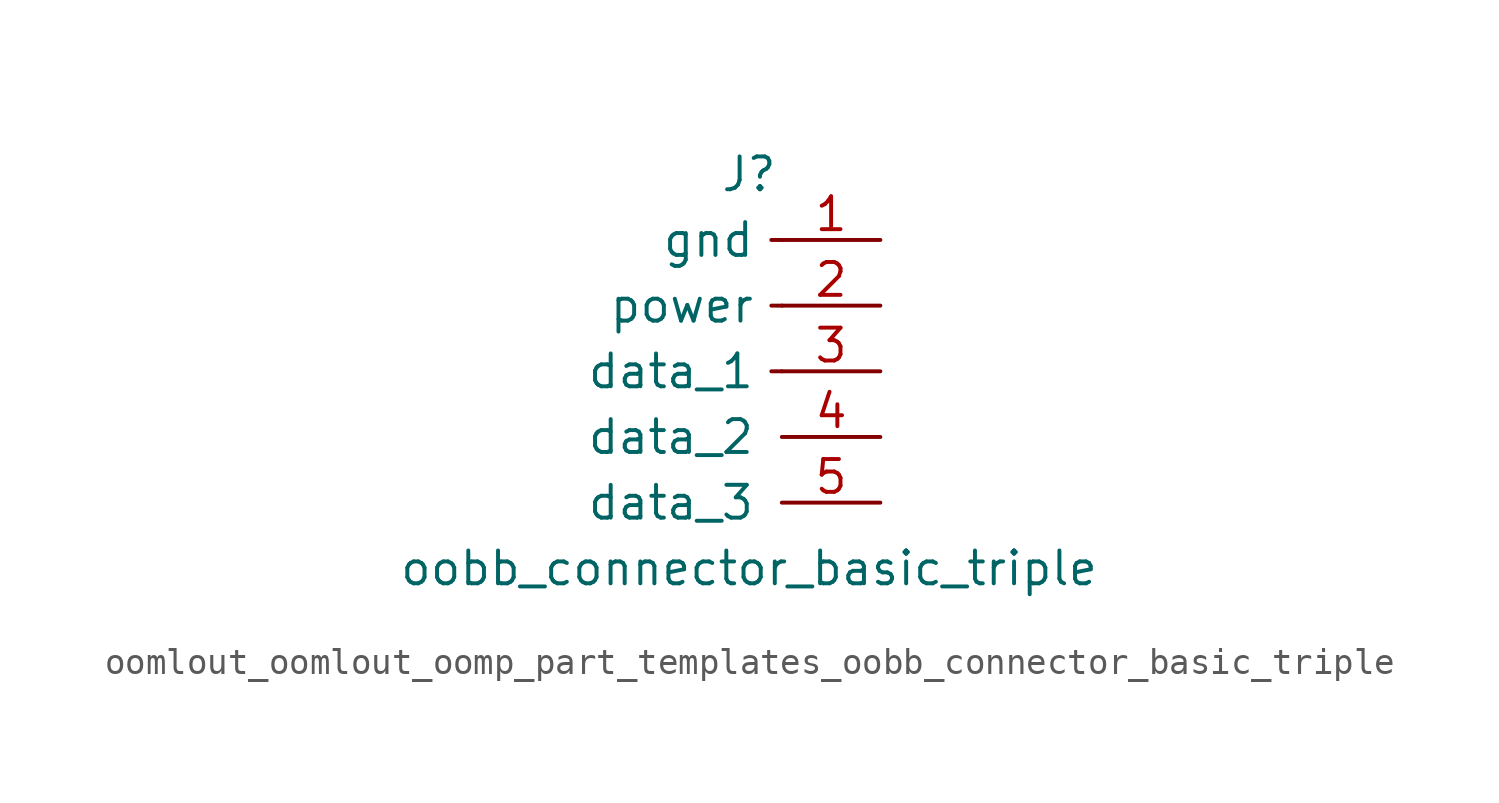
<source format=kicad_sym>
(kicad_symbol_lib
  (version 20220914)
  (generator kicad_symbol_editor)
  (symbol "oomlout_oomlout_oomp_part_templates_oobb_connector_basic_triple"
    (pin_names
      (offset 1.016))
    (property "Reference" "J"
      (at 0 5.08 0)
      (effects (font (size 1.27 1.27))))
    (property "Value" "oobb_connector_basic_triple"
      (at 0 -10.16 0)
      (effects (font (size 1.27 1.27))))
    (symbol "oomlout_oomlout_oomp_part_templates_oobb_connector_basic_triple_1_1"
      (polyline (pts (xy 1.27 -2.54) (xy 0.864 -2.54)) (stroke (width 0.152) (type default)) (fill (type none)))
      (polyline (pts (xy 1.27 0) (xy 0.864 0)) (stroke (width 0.152) (type default)) (fill (type none)))
      (polyline (pts (xy 1.27 2.54) (xy 0.864 2.54)) (stroke (width 0.152) (type default)) (fill (type none)))
      (pin passive line (at 5.08 2.54 180) (length 3.81) (name "gnd" (effects (font (size 1.27 1.27)))) (number "1" (effects (font (size 1.27 1.27)))))
      (pin passive line (at 5.08 0 180) (length 3.81) (name "power" (effects (font (size 1.27 1.27)))) (number "2" (effects (font (size 1.27 1.27)))))
      (pin passive line (at 5.08 -2.54 180) (length 3.81) (name "data_1" (effects (font (size 1.27 1.27)))) (number "3" (effects (font (size 1.27 1.27)))))
      (pin passive line (at 5.08 -5.08 180) (length 3.81) (name "data_2" (effects (font (size 1.27 1.27)))) (number "4" (effects (font (size 1.27 1.27)))))
      (pin passive line (at 5.08 -7.62 180) (length 3.81) (name "data_3" (effects (font (size 1.27 1.27)))) (number "5" (effects (font (size 1.27 1.27))))))))
</source>
